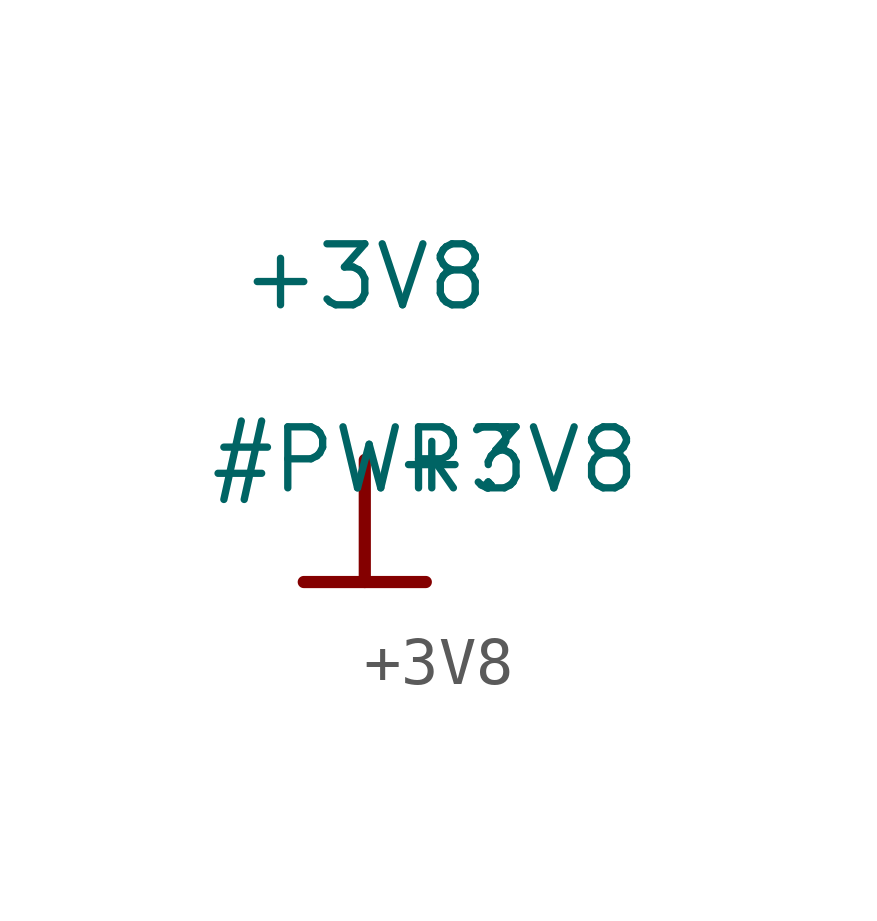
<source format=kicad_sym>
(kicad_symbol_lib
  (version 20230620)
  (generator kicad_symbol_editor)
  (symbol "+3V8"
    (power)
    (property "Reference" "#PWR"
      (at 0 0 0)
      (effects (font (size 1.27 1.27))))
    (property "Value" "+3V8"
      (at 0 3.81 0)
      (effects (font (size 1.27 1.27))))
    (symbol "+3V8_0_0"
      (polyline (pts (xy -1.27 -2.54) (xy 1.27 -2.54)) (stroke (width 0.254) (type solid)) (fill (type none)))
      (polyline (pts (xy 0 0) (xy 0 -2.54)) (stroke (width 0.254) (type solid)) (fill (type none)))
      (pin power_in line (at 0 0 0) (length 0) (name "+3V8" (effects (font (size 1.27 1.27)))) (number "" (effects (font (size 1.27 1.27))))))))
</source>
